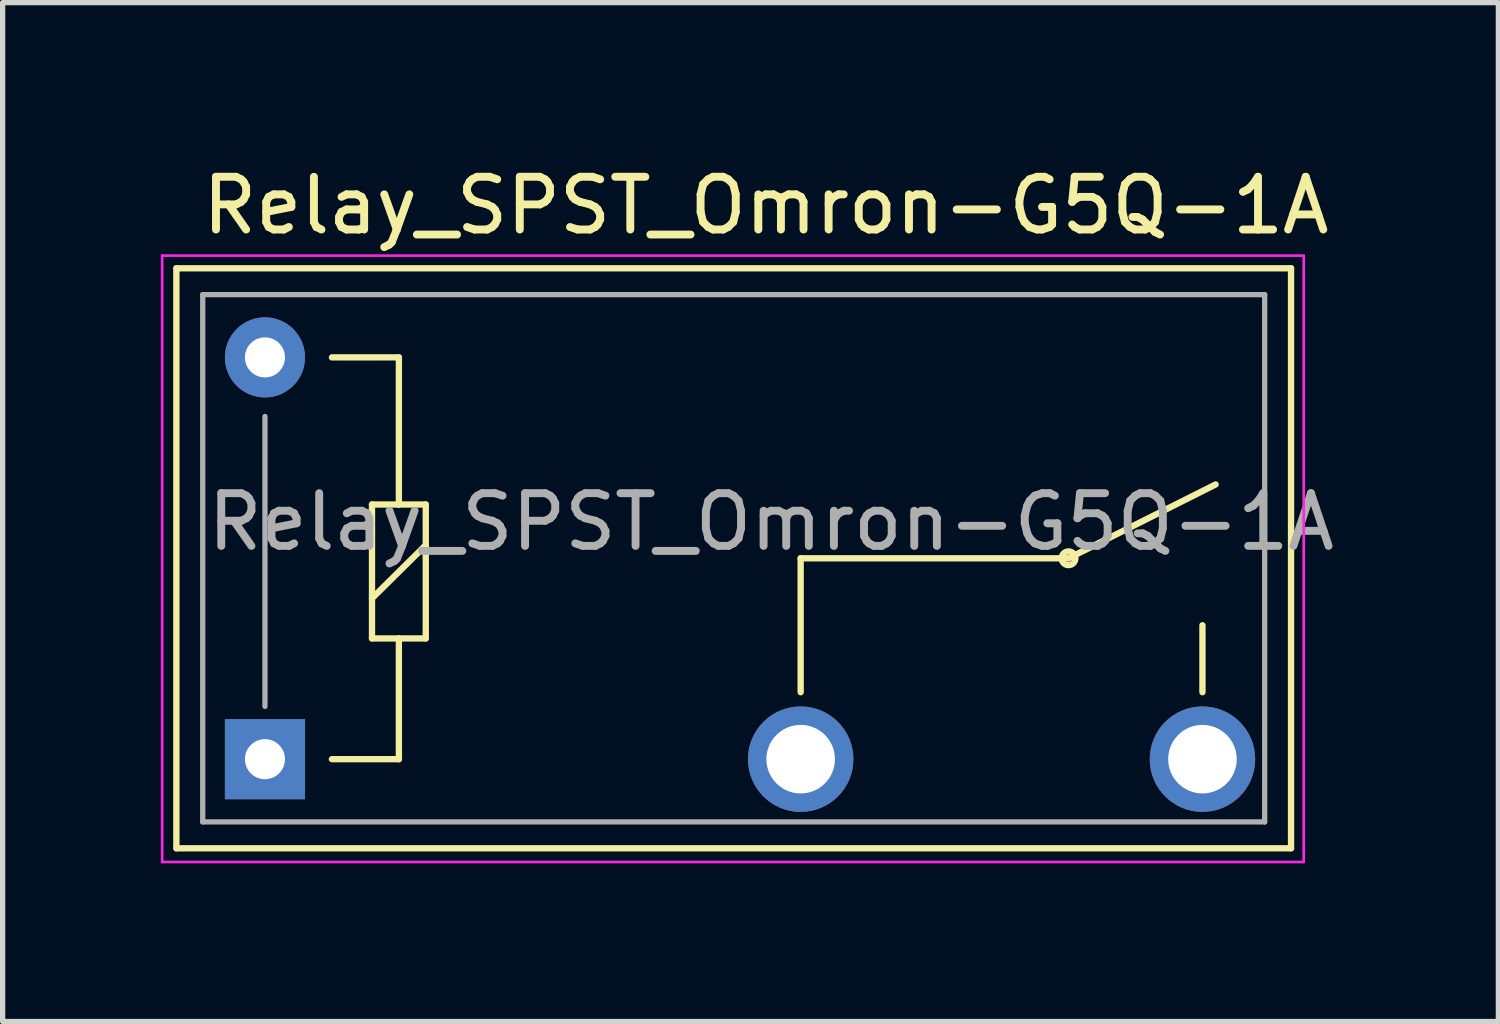
<source format=kicad_pcb>
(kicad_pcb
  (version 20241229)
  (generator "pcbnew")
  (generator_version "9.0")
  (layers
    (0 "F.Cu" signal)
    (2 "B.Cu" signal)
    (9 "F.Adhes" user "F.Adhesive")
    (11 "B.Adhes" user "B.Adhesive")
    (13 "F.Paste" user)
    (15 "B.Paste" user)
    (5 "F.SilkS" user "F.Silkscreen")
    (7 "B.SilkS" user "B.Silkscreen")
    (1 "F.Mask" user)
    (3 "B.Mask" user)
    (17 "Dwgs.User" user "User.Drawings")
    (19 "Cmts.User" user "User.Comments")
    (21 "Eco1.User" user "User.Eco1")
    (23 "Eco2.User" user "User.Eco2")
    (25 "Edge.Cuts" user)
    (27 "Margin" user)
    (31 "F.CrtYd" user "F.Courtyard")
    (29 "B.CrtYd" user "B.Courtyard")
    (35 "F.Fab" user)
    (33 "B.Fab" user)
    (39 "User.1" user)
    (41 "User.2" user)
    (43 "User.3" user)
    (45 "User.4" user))
  (footprint "Relay_SPST_Omron-G5Q-1A"
    (layer "F.Cu")
    (at 10.85 7.548)
    (property "Reference" "Relay_SPST_Omron-G5Q-1A" (at 0.625 -6.7 180) (layer "F.SilkS") (effects (font (size 1 1) (thickness 0.15))))
    (attr through_hole)
    (fp_line (start -10.555 -5.51) (end 10.585 -5.51) (stroke (width 0.12) (type solid)) (layer "F.SilkS"))
    (fp_line (start -10.555 5.49) (end -10.555 -5.51) (stroke (width 0.12) (type solid)) (layer "F.SilkS"))
    (fp_line (start -10.555 5.49) (end 10.585 5.49) (stroke (width 0.12) (type solid)) (layer "F.SilkS"))
    (fp_line (start -7.605 3.8) (end -6.335 3.8) (stroke (width 0.12) (type solid)) (layer "F.SilkS"))
    (fp_line (start -6.845 -1.03) (end -6.335 -1.03) (stroke (width 0.12) (type solid)) (layer "F.SilkS"))
    (fp_line (start -6.845 0.75) (end -5.825 -0.26) (stroke (width 0.12) (type solid)) (layer "F.SilkS"))
    (fp_line (start -6.845 1.51) (end -6.845 -1.03) (stroke (width 0.12) (type solid)) (layer "F.SilkS"))
    (fp_line (start -6.335 -3.82) (end -7.605 -3.82) (stroke (width 0.12) (type solid)) (layer "F.SilkS"))
    (fp_line (start -6.335 -1.03) (end -6.335 -3.82) (stroke (width 0.12) (type solid)) (layer "F.SilkS"))
    (fp_line (start -6.335 -1.03) (end -5.825 -1.03) (stroke (width 0.12) (type solid)) (layer "F.SilkS"))
    (fp_line (start -6.335 1.51) (end -6.845 1.51) (stroke (width 0.12) (type solid)) (layer "F.SilkS"))
    (fp_line (start -6.335 3.8) (end -6.335 1.51) (stroke (width 0.12) (type solid)) (layer "F.SilkS"))
    (fp_line (start -5.825 -1.03) (end -5.825 1.51) (stroke (width 0.12) (type solid)) (layer "F.SilkS"))
    (fp_line (start -5.825 1.51) (end -6.335 1.51) (stroke (width 0.12) (type solid)) (layer "F.SilkS"))
    (fp_line (start 1.285 -0.01) (end 6.365 -0.01) (stroke (width 0.12) (type solid)) (layer "F.SilkS"))
    (fp_line (start 1.285 2.53) (end 1.285 -0.01) (stroke (width 0.12) (type solid)) (layer "F.SilkS"))
    (fp_line (start 6.365 -0.01) (end 9.155 -1.41) (stroke (width 0.12) (type solid)) (layer "F.SilkS"))
    (fp_line (start 8.905 2.53) (end 8.905 1.26) (stroke (width 0.12) (type solid)) (layer "F.SilkS"))
    (fp_line (start 10.585 5.49) (end 10.585 -5.51) (stroke (width 0.12) (type solid)) (layer "F.SilkS"))
    (fp_circle (center 6.365 -0.01) (end 6.365 0.12) (stroke (width 0.12) (type solid)) (fill no) (layer "F.SilkS"))
    (fp_line (start -10.825 -5.75) (end 10.825 -5.75) (stroke (width 0.05) (type solid)) (layer "F.CrtYd"))
    (fp_line (start -10.825 5.75) (end -10.825 -5.75) (stroke (width 0.05) (type solid)) (layer "F.CrtYd"))
    (fp_line (start 10.825 -5.75) (end 10.825 5.75) (stroke (width 0.05) (type solid)) (layer "F.CrtYd"))
    (fp_line (start 10.825 5.75) (end -10.825 5.75) (stroke (width 0.05) (type solid)) (layer "F.CrtYd"))
    (fp_line (start -10.055 -5.01) (end 10.085 -5.01) (stroke (width 0.1) (type solid)) (layer "F.Fab"))
    (fp_line (start -10.055 4.99) (end -10.055 -5.01) (stroke (width 0.1) (type solid)) (layer "F.Fab"))
    (fp_line (start -8.875 2.8) (end -8.875 -2.7) (stroke (width 0.1) (type solid)) (layer "F.Fab"))
    (fp_line (start 10.085 -5.01) (end 10.085 4.99) (stroke (width 0.1) (type solid)) (layer "F.Fab"))
    (fp_line (start 10.085 4.99) (end -10.055 4.99) (stroke (width 0.1) (type solid)) (layer "F.Fab"))
    (fp_text user "${REFERENCE}" (at 0.725 -0.7 0) (layer "F.Fab") (effects (font (size 1 1) (thickness 0.15))))
    (pad "1" thru_hole rect (at -8.875 3.8 180) (size 1.52 1.52) (drill 0.76) (layers "*.Cu" "*.Mask"))
    (pad "2" thru_hole circle (at 1.285 3.8 180) (size 2 2) (drill 1.3) (layers "*.Cu" "*.Mask"))
    (pad "3" thru_hole circle (at 8.905 3.8 180) (size 2 2) (drill 1.3) (layers "*.Cu" "*.Mask"))
    (pad "5" thru_hole circle (at -8.875 -3.82 180) (size 1.52 1.52) (drill 0.76) (layers "*.Cu" "*.Mask")))
  (gr_rect
    (start -3 -3)
    (end 25.367 16.323)
    (stroke (width 0.1) (type default))
    (fill no)
    (layer "Edge.Cuts")))
</source>
